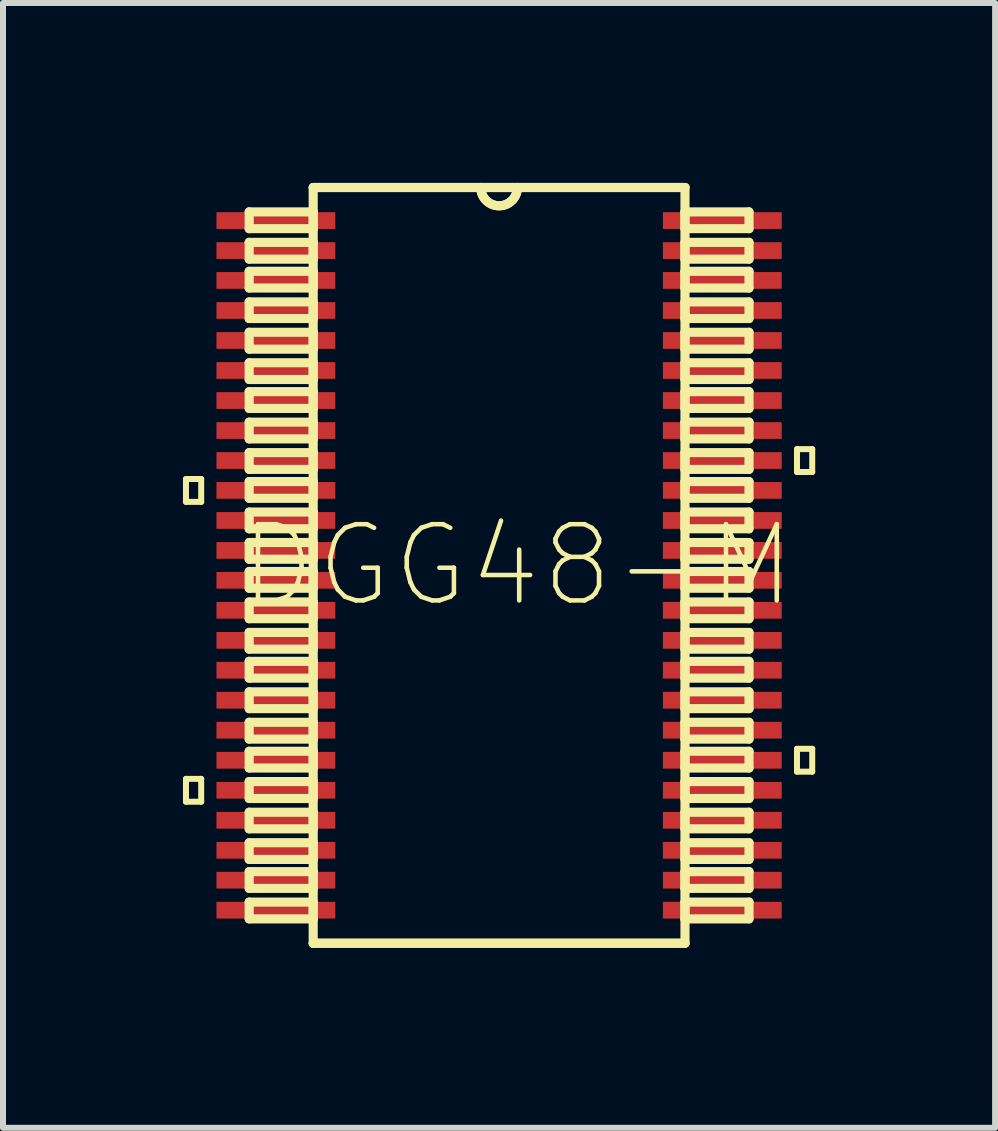
<source format=kicad_pcb>
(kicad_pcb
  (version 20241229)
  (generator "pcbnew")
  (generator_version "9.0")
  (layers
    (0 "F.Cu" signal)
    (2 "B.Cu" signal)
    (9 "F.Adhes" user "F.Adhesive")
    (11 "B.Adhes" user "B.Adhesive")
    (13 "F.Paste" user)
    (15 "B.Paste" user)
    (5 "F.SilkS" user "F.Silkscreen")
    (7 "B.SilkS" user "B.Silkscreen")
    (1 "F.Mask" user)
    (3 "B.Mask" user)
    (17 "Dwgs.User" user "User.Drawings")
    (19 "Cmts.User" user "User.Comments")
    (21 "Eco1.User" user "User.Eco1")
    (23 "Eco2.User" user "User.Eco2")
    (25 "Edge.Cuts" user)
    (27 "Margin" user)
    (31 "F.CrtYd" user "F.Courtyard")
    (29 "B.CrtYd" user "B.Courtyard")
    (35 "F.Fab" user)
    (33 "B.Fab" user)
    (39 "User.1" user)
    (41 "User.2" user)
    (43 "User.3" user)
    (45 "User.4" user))
  (footprint "DGG48-M"
    (layer "F.Cu")
    (at 5.27 6.375)
    (property "Reference" "DGG48-M" (at 0.305 0 0) (layer "F.SilkS") (effects (font (size 1.27 1.27) (thickness 0.076))))
    (attr smd)
    (fp_line (start -5.22 -1.44) (end -5.22 -1.059) (stroke (width 0.1) (type solid)) (layer "F.SilkS"))
    (fp_line (start -5.22 -1.059) (end -4.966 -1.059) (stroke (width 0.1) (type solid)) (layer "F.SilkS"))
    (fp_line (start -5.22 3.559) (end -5.22 3.94) (stroke (width 0.1) (type solid)) (layer "F.SilkS"))
    (fp_line (start -5.22 3.94) (end -4.966 3.94) (stroke (width 0.1) (type solid)) (layer "F.SilkS"))
    (fp_line (start -4.966 -1.44) (end -5.22 -1.44) (stroke (width 0.1) (type solid)) (layer "F.SilkS"))
    (fp_line (start -4.966 -1.059) (end -4.966 -1.44) (stroke (width 0.1) (type solid)) (layer "F.SilkS"))
    (fp_line (start -4.966 3.559) (end -5.22 3.559) (stroke (width 0.1) (type solid)) (layer "F.SilkS"))
    (fp_line (start -4.966 3.94) (end -4.966 3.559) (stroke (width 0.1) (type solid)) (layer "F.SilkS"))
    (fp_line (start -4.166 -5.893) (end -4.166 -5.613) (stroke (width 0.152) (type solid)) (layer "F.SilkS"))
    (fp_line (start -4.166 -5.613) (end -3.099 -5.613) (stroke (width 0.152) (type solid)) (layer "F.SilkS"))
    (fp_line (start -4.166 -5.385) (end -4.166 -5.105) (stroke (width 0.152) (type solid)) (layer "F.SilkS"))
    (fp_line (start -4.166 -5.105) (end -3.099 -5.105) (stroke (width 0.152) (type solid)) (layer "F.SilkS"))
    (fp_line (start -4.166 -4.902) (end -4.166 -4.623) (stroke (width 0.152) (type solid)) (layer "F.SilkS"))
    (fp_line (start -4.166 -4.623) (end -3.099 -4.623) (stroke (width 0.152) (type solid)) (layer "F.SilkS"))
    (fp_line (start -4.166 -4.392) (end -4.166 -4.115) (stroke (width 0.152) (type solid)) (layer "F.SilkS"))
    (fp_line (start -4.166 -4.115) (end -3.099 -4.115) (stroke (width 0.152) (type solid)) (layer "F.SilkS"))
    (fp_line (start -4.166 -3.886) (end -4.166 -3.604) (stroke (width 0.152) (type solid)) (layer "F.SilkS"))
    (fp_line (start -4.166 -3.604) (end -3.099 -3.604) (stroke (width 0.152) (type solid)) (layer "F.SilkS"))
    (fp_line (start -4.166 -3.378) (end -4.166 -3.099) (stroke (width 0.152) (type solid)) (layer "F.SilkS"))
    (fp_line (start -4.166 -3.099) (end -3.099 -3.099) (stroke (width 0.152) (type solid)) (layer "F.SilkS"))
    (fp_line (start -4.166 -2.896) (end -4.166 -2.616) (stroke (width 0.152) (type solid)) (layer "F.SilkS"))
    (fp_line (start -4.166 -2.616) (end -3.099 -2.616) (stroke (width 0.152) (type solid)) (layer "F.SilkS"))
    (fp_line (start -4.166 -2.388) (end -4.166 -2.108) (stroke (width 0.152) (type solid)) (layer "F.SilkS"))
    (fp_line (start -4.166 -2.108) (end -3.099 -2.108) (stroke (width 0.152) (type solid)) (layer "F.SilkS"))
    (fp_line (start -4.166 -1.88) (end -4.166 -1.6) (stroke (width 0.152) (type solid)) (layer "F.SilkS"))
    (fp_line (start -4.166 -1.6) (end -3.099 -1.6) (stroke (width 0.152) (type solid)) (layer "F.SilkS"))
    (fp_line (start -4.166 -1.397) (end -4.166 -1.118) (stroke (width 0.152) (type solid)) (layer "F.SilkS"))
    (fp_line (start -4.166 -1.118) (end -3.099 -1.118) (stroke (width 0.152) (type solid)) (layer "F.SilkS"))
    (fp_line (start -4.166 -0.889) (end -4.166 -0.61) (stroke (width 0.152) (type solid)) (layer "F.SilkS"))
    (fp_line (start -4.166 -0.61) (end -3.099 -0.61) (stroke (width 0.152) (type solid)) (layer "F.SilkS"))
    (fp_line (start -4.166 -0.381) (end -4.166 -0.102) (stroke (width 0.152) (type solid)) (layer "F.SilkS"))
    (fp_line (start -4.166 -0.102) (end -3.099 -0.102) (stroke (width 0.152) (type solid)) (layer "F.SilkS"))
    (fp_line (start -4.166 0.102) (end -4.166 0.381) (stroke (width 0.152) (type solid)) (layer "F.SilkS"))
    (fp_line (start -4.166 0.381) (end -3.099 0.381) (stroke (width 0.152) (type solid)) (layer "F.SilkS"))
    (fp_line (start -4.166 0.61) (end -4.166 0.889) (stroke (width 0.152) (type solid)) (layer "F.SilkS"))
    (fp_line (start -4.166 0.889) (end -3.099 0.889) (stroke (width 0.152) (type solid)) (layer "F.SilkS"))
    (fp_line (start -4.166 1.118) (end -4.166 1.397) (stroke (width 0.152) (type solid)) (layer "F.SilkS"))
    (fp_line (start -4.166 1.397) (end -3.099 1.397) (stroke (width 0.152) (type solid)) (layer "F.SilkS"))
    (fp_line (start -4.166 1.6) (end -4.166 1.88) (stroke (width 0.152) (type solid)) (layer "F.SilkS"))
    (fp_line (start -4.166 1.88) (end -3.099 1.88) (stroke (width 0.152) (type solid)) (layer "F.SilkS"))
    (fp_line (start -4.166 2.108) (end -4.166 2.388) (stroke (width 0.152) (type solid)) (layer "F.SilkS"))
    (fp_line (start -4.166 2.388) (end -3.099 2.388) (stroke (width 0.152) (type solid)) (layer "F.SilkS"))
    (fp_line (start -4.166 2.616) (end -4.166 2.896) (stroke (width 0.152) (type solid)) (layer "F.SilkS"))
    (fp_line (start -4.166 2.896) (end -3.099 2.896) (stroke (width 0.152) (type solid)) (layer "F.SilkS"))
    (fp_line (start -4.166 3.099) (end -4.166 3.378) (stroke (width 0.152) (type solid)) (layer "F.SilkS"))
    (fp_line (start -4.166 3.378) (end -3.099 3.378) (stroke (width 0.152) (type solid)) (layer "F.SilkS"))
    (fp_line (start -4.166 3.604) (end -4.166 3.886) (stroke (width 0.152) (type solid)) (layer "F.SilkS"))
    (fp_line (start -4.166 3.886) (end -3.099 3.886) (stroke (width 0.152) (type solid)) (layer "F.SilkS"))
    (fp_line (start -4.166 4.115) (end -4.166 4.392) (stroke (width 0.152) (type solid)) (layer "F.SilkS"))
    (fp_line (start -4.166 4.392) (end -3.099 4.392) (stroke (width 0.152) (type solid)) (layer "F.SilkS"))
    (fp_line (start -4.166 4.623) (end -4.166 4.902) (stroke (width 0.152) (type solid)) (layer "F.SilkS"))
    (fp_line (start -4.166 4.902) (end -3.099 4.902) (stroke (width 0.152) (type solid)) (layer "F.SilkS"))
    (fp_line (start -4.166 5.105) (end -4.166 5.385) (stroke (width 0.152) (type solid)) (layer "F.SilkS"))
    (fp_line (start -4.166 5.385) (end -3.099 5.385) (stroke (width 0.152) (type solid)) (layer "F.SilkS"))
    (fp_line (start -4.166 5.613) (end -4.166 5.893) (stroke (width 0.152) (type solid)) (layer "F.SilkS"))
    (fp_line (start -4.166 5.893) (end -3.099 5.893) (stroke (width 0.152) (type solid)) (layer "F.SilkS"))
    (fp_line (start -3.099 -6.299) (end -3.099 6.299) (stroke (width 0.152) (type solid)) (layer "F.SilkS"))
    (fp_line (start -3.099 -5.893) (end -4.166 -5.893) (stroke (width 0.152) (type solid)) (layer "F.SilkS"))
    (fp_line (start -3.099 -5.613) (end -3.099 -5.893) (stroke (width 0.152) (type solid)) (layer "F.SilkS"))
    (fp_line (start -3.099 -5.385) (end -4.166 -5.385) (stroke (width 0.152) (type solid)) (layer "F.SilkS"))
    (fp_line (start -3.099 -5.105) (end -3.099 -5.385) (stroke (width 0.152) (type solid)) (layer "F.SilkS"))
    (fp_line (start -3.099 -4.902) (end -4.166 -4.902) (stroke (width 0.152) (type solid)) (layer "F.SilkS"))
    (fp_line (start -3.099 -4.623) (end -3.099 -4.902) (stroke (width 0.152) (type solid)) (layer "F.SilkS"))
    (fp_line (start -3.099 -4.392) (end -4.166 -4.392) (stroke (width 0.152) (type solid)) (layer "F.SilkS"))
    (fp_line (start -3.099 -4.115) (end -3.099 -4.392) (stroke (width 0.152) (type solid)) (layer "F.SilkS"))
    (fp_line (start -3.099 -3.886) (end -4.166 -3.886) (stroke (width 0.152) (type solid)) (layer "F.SilkS"))
    (fp_line (start -3.099 -3.604) (end -3.099 -3.886) (stroke (width 0.152) (type solid)) (layer "F.SilkS"))
    (fp_line (start -3.099 -3.378) (end -4.166 -3.378) (stroke (width 0.152) (type solid)) (layer "F.SilkS"))
    (fp_line (start -3.099 -3.099) (end -3.099 -3.378) (stroke (width 0.152) (type solid)) (layer "F.SilkS"))
    (fp_line (start -3.099 -2.896) (end -4.166 -2.896) (stroke (width 0.152) (type solid)) (layer "F.SilkS"))
    (fp_line (start -3.099 -2.616) (end -3.099 -2.896) (stroke (width 0.152) (type solid)) (layer "F.SilkS"))
    (fp_line (start -3.099 -2.388) (end -4.166 -2.388) (stroke (width 0.152) (type solid)) (layer "F.SilkS"))
    (fp_line (start -3.099 -2.108) (end -3.099 -2.388) (stroke (width 0.152) (type solid)) (layer "F.SilkS"))
    (fp_line (start -3.099 -1.88) (end -4.166 -1.88) (stroke (width 0.152) (type solid)) (layer "F.SilkS"))
    (fp_line (start -3.099 -1.6) (end -3.099 -1.88) (stroke (width 0.152) (type solid)) (layer "F.SilkS"))
    (fp_line (start -3.099 -1.397) (end -4.166 -1.397) (stroke (width 0.152) (type solid)) (layer "F.SilkS"))
    (fp_line (start -3.099 -1.118) (end -3.099 -1.397) (stroke (width 0.152) (type solid)) (layer "F.SilkS"))
    (fp_line (start -3.099 -0.889) (end -4.166 -0.889) (stroke (width 0.152) (type solid)) (layer "F.SilkS"))
    (fp_line (start -3.099 -0.61) (end -3.099 -0.889) (stroke (width 0.152) (type solid)) (layer "F.SilkS"))
    (fp_line (start -3.099 -0.381) (end -4.166 -0.381) (stroke (width 0.152) (type solid)) (layer "F.SilkS"))
    (fp_line (start -3.099 -0.102) (end -3.099 -0.381) (stroke (width 0.152) (type solid)) (layer "F.SilkS"))
    (fp_line (start -3.099 0.102) (end -4.166 0.102) (stroke (width 0.152) (type solid)) (layer "F.SilkS"))
    (fp_line (start -3.099 0.381) (end -3.099 0.102) (stroke (width 0.152) (type solid)) (layer "F.SilkS"))
    (fp_line (start -3.099 0.61) (end -4.166 0.61) (stroke (width 0.152) (type solid)) (layer "F.SilkS"))
    (fp_line (start -3.099 0.889) (end -3.099 0.61) (stroke (width 0.152) (type solid)) (layer "F.SilkS"))
    (fp_line (start -3.099 1.118) (end -4.166 1.118) (stroke (width 0.152) (type solid)) (layer "F.SilkS"))
    (fp_line (start -3.099 1.397) (end -3.099 1.118) (stroke (width 0.152) (type solid)) (layer "F.SilkS"))
    (fp_line (start -3.099 1.6) (end -4.166 1.6) (stroke (width 0.152) (type solid)) (layer "F.SilkS"))
    (fp_line (start -3.099 1.88) (end -3.099 1.6) (stroke (width 0.152) (type solid)) (layer "F.SilkS"))
    (fp_line (start -3.099 2.108) (end -4.166 2.108) (stroke (width 0.152) (type solid)) (layer "F.SilkS"))
    (fp_line (start -3.099 2.388) (end -3.099 2.108) (stroke (width 0.152) (type solid)) (layer "F.SilkS"))
    (fp_line (start -3.099 2.616) (end -4.166 2.616) (stroke (width 0.152) (type solid)) (layer "F.SilkS"))
    (fp_line (start -3.099 2.896) (end -3.099 2.616) (stroke (width 0.152) (type solid)) (layer "F.SilkS"))
    (fp_line (start -3.099 3.099) (end -4.166 3.099) (stroke (width 0.152) (type solid)) (layer "F.SilkS"))
    (fp_line (start -3.099 3.378) (end -3.099 3.099) (stroke (width 0.152) (type solid)) (layer "F.SilkS"))
    (fp_line (start -3.099 3.604) (end -4.166 3.604) (stroke (width 0.152) (type solid)) (layer "F.SilkS"))
    (fp_line (start -3.099 3.886) (end -3.099 3.604) (stroke (width 0.152) (type solid)) (layer "F.SilkS"))
    (fp_line (start -3.099 4.115) (end -4.166 4.115) (stroke (width 0.152) (type solid)) (layer "F.SilkS"))
    (fp_line (start -3.099 4.392) (end -3.099 4.115) (stroke (width 0.152) (type solid)) (layer "F.SilkS"))
    (fp_line (start -3.099 4.623) (end -4.166 4.623) (stroke (width 0.152) (type solid)) (layer "F.SilkS"))
    (fp_line (start -3.099 4.902) (end -3.099 4.623) (stroke (width 0.152) (type solid)) (layer "F.SilkS"))
    (fp_line (start -3.099 5.105) (end -4.166 5.105) (stroke (width 0.152) (type solid)) (layer "F.SilkS"))
    (fp_line (start -3.099 5.385) (end -3.099 5.105) (stroke (width 0.152) (type solid)) (layer "F.SilkS"))
    (fp_line (start -3.099 5.613) (end -4.166 5.613) (stroke (width 0.152) (type solid)) (layer "F.SilkS"))
    (fp_line (start -3.099 5.893) (end -3.099 5.613) (stroke (width 0.152) (type solid)) (layer "F.SilkS"))
    (fp_line (start -3.099 6.299) (end 3.099 6.299) (stroke (width 0.152) (type solid)) (layer "F.SilkS"))
    (fp_line (start -3.099 6.299) (end 3.099 6.299) (stroke (width 0.152) (type solid)) (layer "F.SilkS"))
    (fp_line (start -0.305 -6.299) (end -3.099 -6.299) (stroke (width 0.152) (type solid)) (layer "F.SilkS"))
    (fp_line (start -0.305 -6.299) (end -3.099 -6.299) (stroke (width 0.152) (type solid)) (layer "F.SilkS"))
    (fp_line (start 0.305 -6.299) (end -0.305 -6.299) (stroke (width 0.152) (type solid)) (layer "F.SilkS"))
    (fp_line (start 0.305 -6.299) (end -0.305 -6.299) (stroke (width 0.152) (type solid)) (layer "F.SilkS"))
    (fp_line (start 3.099 -6.299) (end 0.305 -6.299) (stroke (width 0.152) (type solid)) (layer "F.SilkS"))
    (fp_line (start 3.099 -6.299) (end 0.305 -6.299) (stroke (width 0.152) (type solid)) (layer "F.SilkS"))
    (fp_line (start 3.099 -5.893) (end 3.099 -5.613) (stroke (width 0.152) (type solid)) (layer "F.SilkS"))
    (fp_line (start 3.099 -5.613) (end 4.166 -5.613) (stroke (width 0.152) (type solid)) (layer "F.SilkS"))
    (fp_line (start 3.099 -5.385) (end 3.099 -5.105) (stroke (width 0.152) (type solid)) (layer "F.SilkS"))
    (fp_line (start 3.099 -5.105) (end 4.166 -5.105) (stroke (width 0.152) (type solid)) (layer "F.SilkS"))
    (fp_line (start 3.099 -4.902) (end 3.099 -4.623) (stroke (width 0.152) (type solid)) (layer "F.SilkS"))
    (fp_line (start 3.099 -4.623) (end 4.166 -4.623) (stroke (width 0.152) (type solid)) (layer "F.SilkS"))
    (fp_line (start 3.099 -4.392) (end 3.099 -4.115) (stroke (width 0.152) (type solid)) (layer "F.SilkS"))
    (fp_line (start 3.099 -4.115) (end 4.166 -4.115) (stroke (width 0.152) (type solid)) (layer "F.SilkS"))
    (fp_line (start 3.099 -3.886) (end 3.099 -3.604) (stroke (width 0.152) (type solid)) (layer "F.SilkS"))
    (fp_line (start 3.099 -3.604) (end 4.166 -3.604) (stroke (width 0.152) (type solid)) (layer "F.SilkS"))
    (fp_line (start 3.099 -3.378) (end 3.099 -3.099) (stroke (width 0.152) (type solid)) (layer "F.SilkS"))
    (fp_line (start 3.099 -3.099) (end 4.166 -3.099) (stroke (width 0.152) (type solid)) (layer "F.SilkS"))
    (fp_line (start 3.099 -2.896) (end 3.099 -2.616) (stroke (width 0.152) (type solid)) (layer "F.SilkS"))
    (fp_line (start 3.099 -2.616) (end 4.166 -2.616) (stroke (width 0.152) (type solid)) (layer "F.SilkS"))
    (fp_line (start 3.099 -2.388) (end 3.099 -2.108) (stroke (width 0.152) (type solid)) (layer "F.SilkS"))
    (fp_line (start 3.099 -2.108) (end 4.166 -2.108) (stroke (width 0.152) (type solid)) (layer "F.SilkS"))
    (fp_line (start 3.099 -1.88) (end 3.099 -1.6) (stroke (width 0.152) (type solid)) (layer "F.SilkS"))
    (fp_line (start 3.099 -1.6) (end 4.166 -1.6) (stroke (width 0.152) (type solid)) (layer "F.SilkS"))
    (fp_line (start 3.099 -1.397) (end 3.099 -1.118) (stroke (width 0.152) (type solid)) (layer "F.SilkS"))
    (fp_line (start 3.099 -1.118) (end 4.166 -1.118) (stroke (width 0.152) (type solid)) (layer "F.SilkS"))
    (fp_line (start 3.099 -0.889) (end 3.099 -0.61) (stroke (width 0.152) (type solid)) (layer "F.SilkS"))
    (fp_line (start 3.099 -0.61) (end 4.166 -0.61) (stroke (width 0.152) (type solid)) (layer "F.SilkS"))
    (fp_line (start 3.099 -0.381) (end 3.099 -0.102) (stroke (width 0.152) (type solid)) (layer "F.SilkS"))
    (fp_line (start 3.099 -0.102) (end 4.166 -0.102) (stroke (width 0.152) (type solid)) (layer "F.SilkS"))
    (fp_line (start 3.099 0.102) (end 3.099 0.381) (stroke (width 0.152) (type solid)) (layer "F.SilkS"))
    (fp_line (start 3.099 0.381) (end 4.166 0.381) (stroke (width 0.152) (type solid)) (layer "F.SilkS"))
    (fp_line (start 3.099 0.61) (end 3.099 0.889) (stroke (width 0.152) (type solid)) (layer "F.SilkS"))
    (fp_line (start 3.099 0.889) (end 4.166 0.889) (stroke (width 0.152) (type solid)) (layer "F.SilkS"))
    (fp_line (start 3.099 1.118) (end 3.099 1.397) (stroke (width 0.152) (type solid)) (layer "F.SilkS"))
    (fp_line (start 3.099 1.397) (end 4.166 1.397) (stroke (width 0.152) (type solid)) (layer "F.SilkS"))
    (fp_line (start 3.099 1.6) (end 3.099 1.88) (stroke (width 0.152) (type solid)) (layer "F.SilkS"))
    (fp_line (start 3.099 1.88) (end 4.166 1.88) (stroke (width 0.152) (type solid)) (layer "F.SilkS"))
    (fp_line (start 3.099 2.108) (end 3.099 2.388) (stroke (width 0.152) (type solid)) (layer "F.SilkS"))
    (fp_line (start 3.099 2.388) (end 4.166 2.388) (stroke (width 0.152) (type solid)) (layer "F.SilkS"))
    (fp_line (start 3.099 2.616) (end 3.099 2.896) (stroke (width 0.152) (type solid)) (layer "F.SilkS"))
    (fp_line (start 3.099 2.896) (end 4.166 2.896) (stroke (width 0.152) (type solid)) (layer "F.SilkS"))
    (fp_line (start 3.099 3.099) (end 3.099 3.378) (stroke (width 0.152) (type solid)) (layer "F.SilkS"))
    (fp_line (start 3.099 3.378) (end 4.166 3.378) (stroke (width 0.152) (type solid)) (layer "F.SilkS"))
    (fp_line (start 3.099 3.604) (end 3.099 3.886) (stroke (width 0.152) (type solid)) (layer "F.SilkS"))
    (fp_line (start 3.099 3.886) (end 4.166 3.886) (stroke (width 0.152) (type solid)) (layer "F.SilkS"))
    (fp_line (start 3.099 4.115) (end 3.099 4.392) (stroke (width 0.152) (type solid)) (layer "F.SilkS"))
    (fp_line (start 3.099 4.392) (end 4.166 4.392) (stroke (width 0.152) (type solid)) (layer "F.SilkS"))
    (fp_line (start 3.099 4.623) (end 3.099 4.902) (stroke (width 0.152) (type solid)) (layer "F.SilkS"))
    (fp_line (start 3.099 4.902) (end 4.166 4.902) (stroke (width 0.152) (type solid)) (layer "F.SilkS"))
    (fp_line (start 3.099 5.105) (end 3.099 5.385) (stroke (width 0.152) (type solid)) (layer "F.SilkS"))
    (fp_line (start 3.099 5.385) (end 4.166 5.385) (stroke (width 0.152) (type solid)) (layer "F.SilkS"))
    (fp_line (start 3.099 5.613) (end 3.099 5.893) (stroke (width 0.152) (type solid)) (layer "F.SilkS"))
    (fp_line (start 3.099 5.893) (end 4.166 5.893) (stroke (width 0.152) (type solid)) (layer "F.SilkS"))
    (fp_line (start 3.099 6.299) (end 3.099 -6.299) (stroke (width 0.152) (type solid)) (layer "F.SilkS"))
    (fp_line (start 4.166 -5.893) (end 3.099 -5.893) (stroke (width 0.152) (type solid)) (layer "F.SilkS"))
    (fp_line (start 4.166 -5.613) (end 4.166 -5.893) (stroke (width 0.152) (type solid)) (layer "F.SilkS"))
    (fp_line (start 4.166 -5.385) (end 3.099 -5.385) (stroke (width 0.152) (type solid)) (layer "F.SilkS"))
    (fp_line (start 4.166 -5.105) (end 4.166 -5.385) (stroke (width 0.152) (type solid)) (layer "F.SilkS"))
    (fp_line (start 4.166 -4.902) (end 3.099 -4.902) (stroke (width 0.152) (type solid)) (layer "F.SilkS"))
    (fp_line (start 4.166 -4.623) (end 4.166 -4.902) (stroke (width 0.152) (type solid)) (layer "F.SilkS"))
    (fp_line (start 4.166 -4.392) (end 3.099 -4.392) (stroke (width 0.152) (type solid)) (layer "F.SilkS"))
    (fp_line (start 4.166 -4.115) (end 4.166 -4.392) (stroke (width 0.152) (type solid)) (layer "F.SilkS"))
    (fp_line (start 4.166 -3.886) (end 3.099 -3.886) (stroke (width 0.152) (type solid)) (layer "F.SilkS"))
    (fp_line (start 4.166 -3.604) (end 4.166 -3.886) (stroke (width 0.152) (type solid)) (layer "F.SilkS"))
    (fp_line (start 4.166 -3.378) (end 3.099 -3.378) (stroke (width 0.152) (type solid)) (layer "F.SilkS"))
    (fp_line (start 4.166 -3.099) (end 4.166 -3.378) (stroke (width 0.152) (type solid)) (layer "F.SilkS"))
    (fp_line (start 4.166 -2.896) (end 3.099 -2.896) (stroke (width 0.152) (type solid)) (layer "F.SilkS"))
    (fp_line (start 4.166 -2.616) (end 4.166 -2.896) (stroke (width 0.152) (type solid)) (layer "F.SilkS"))
    (fp_line (start 4.166 -2.388) (end 3.099 -2.388) (stroke (width 0.152) (type solid)) (layer "F.SilkS"))
    (fp_line (start 4.166 -2.108) (end 4.166 -2.388) (stroke (width 0.152) (type solid)) (layer "F.SilkS"))
    (fp_line (start 4.166 -1.88) (end 3.099 -1.88) (stroke (width 0.152) (type solid)) (layer "F.SilkS"))
    (fp_line (start 4.166 -1.6) (end 4.166 -1.88) (stroke (width 0.152) (type solid)) (layer "F.SilkS"))
    (fp_line (start 4.166 -1.397) (end 3.099 -1.397) (stroke (width 0.152) (type solid)) (layer "F.SilkS"))
    (fp_line (start 4.166 -1.118) (end 4.166 -1.397) (stroke (width 0.152) (type solid)) (layer "F.SilkS"))
    (fp_line (start 4.166 -0.889) (end 3.099 -0.889) (stroke (width 0.152) (type solid)) (layer "F.SilkS"))
    (fp_line (start 4.166 -0.61) (end 4.166 -0.889) (stroke (width 0.152) (type solid)) (layer "F.SilkS"))
    (fp_line (start 4.166 -0.381) (end 3.099 -0.381) (stroke (width 0.152) (type solid)) (layer "F.SilkS"))
    (fp_line (start 4.166 -0.102) (end 4.166 -0.381) (stroke (width 0.152) (type solid)) (layer "F.SilkS"))
    (fp_line (start 4.166 0.102) (end 3.099 0.102) (stroke (width 0.152) (type solid)) (layer "F.SilkS"))
    (fp_line (start 4.166 0.381) (end 4.166 0.102) (stroke (width 0.152) (type solid)) (layer "F.SilkS"))
    (fp_line (start 4.166 0.61) (end 3.099 0.61) (stroke (width 0.152) (type solid)) (layer "F.SilkS"))
    (fp_line (start 4.166 0.889) (end 4.166 0.61) (stroke (width 0.152) (type solid)) (layer "F.SilkS"))
    (fp_line (start 4.166 1.118) (end 3.099 1.118) (stroke (width 0.152) (type solid)) (layer "F.SilkS"))
    (fp_line (start 4.166 1.397) (end 4.166 1.118) (stroke (width 0.152) (type solid)) (layer "F.SilkS"))
    (fp_line (start 4.166 1.6) (end 3.099 1.6) (stroke (width 0.152) (type solid)) (layer "F.SilkS"))
    (fp_line (start 4.166 1.88) (end 4.166 1.6) (stroke (width 0.152) (type solid)) (layer "F.SilkS"))
    (fp_line (start 4.166 2.108) (end 3.099 2.108) (stroke (width 0.152) (type solid)) (layer "F.SilkS"))
    (fp_line (start 4.166 2.388) (end 4.166 2.108) (stroke (width 0.152) (type solid)) (layer "F.SilkS"))
    (fp_line (start 4.166 2.616) (end 3.099 2.616) (stroke (width 0.152) (type solid)) (layer "F.SilkS"))
    (fp_line (start 4.166 2.896) (end 4.166 2.616) (stroke (width 0.152) (type solid)) (layer "F.SilkS"))
    (fp_line (start 4.166 3.099) (end 3.099 3.099) (stroke (width 0.152) (type solid)) (layer "F.SilkS"))
    (fp_line (start 4.166 3.378) (end 4.166 3.099) (stroke (width 0.152) (type solid)) (layer "F.SilkS"))
    (fp_line (start 4.166 3.604) (end 3.099 3.604) (stroke (width 0.152) (type solid)) (layer "F.SilkS"))
    (fp_line (start 4.166 3.886) (end 4.166 3.604) (stroke (width 0.152) (type solid)) (layer "F.SilkS"))
    (fp_line (start 4.166 4.115) (end 3.099 4.115) (stroke (width 0.152) (type solid)) (layer "F.SilkS"))
    (fp_line (start 4.166 4.392) (end 4.166 4.115) (stroke (width 0.152) (type solid)) (layer "F.SilkS"))
    (fp_line (start 4.166 4.623) (end 3.099 4.623) (stroke (width 0.152) (type solid)) (layer "F.SilkS"))
    (fp_line (start 4.166 4.902) (end 4.166 4.623) (stroke (width 0.152) (type solid)) (layer "F.SilkS"))
    (fp_line (start 4.166 5.105) (end 3.099 5.105) (stroke (width 0.152) (type solid)) (layer "F.SilkS"))
    (fp_line (start 4.166 5.385) (end 4.166 5.105) (stroke (width 0.152) (type solid)) (layer "F.SilkS"))
    (fp_line (start 4.166 5.613) (end 3.099 5.613) (stroke (width 0.152) (type solid)) (layer "F.SilkS"))
    (fp_line (start 4.166 5.893) (end 4.166 5.613) (stroke (width 0.152) (type solid)) (layer "F.SilkS"))
    (fp_line (start 4.966 -1.938) (end 5.22 -1.938) (stroke (width 0.1) (type solid)) (layer "F.SilkS"))
    (fp_line (start 4.966 -1.557) (end 4.966 -1.938) (stroke (width 0.1) (type solid)) (layer "F.SilkS"))
    (fp_line (start 4.966 3.058) (end 5.22 3.058) (stroke (width 0.1) (type solid)) (layer "F.SilkS"))
    (fp_line (start 4.966 3.439) (end 4.966 3.058) (stroke (width 0.1) (type solid)) (layer "F.SilkS"))
    (fp_line (start 5.22 -1.938) (end 5.22 -1.557) (stroke (width 0.1) (type solid)) (layer "F.SilkS"))
    (fp_line (start 5.22 -1.557) (end 4.966 -1.557) (stroke (width 0.1) (type solid)) (layer "F.SilkS"))
    (fp_line (start 5.22 3.058) (end 5.22 3.439) (stroke (width 0.1) (type solid)) (layer "F.SilkS"))
    (fp_line (start 5.22 3.439) (end 4.966 3.439) (stroke (width 0.1) (type solid)) (layer "F.SilkS"))
    (fp_arc (start 0.3048 -6.2992) (mid 0 -5.9944) (end -0.3048 -6.2992) (stroke (width 0.1524) (type solid)) (layer "F.SilkS"))
    (fp_arc (start 0.3048 -6.2992) (mid 0 -5.9944) (end -0.3048 -6.2992) (stroke (width 0.1524) (type solid)) (layer "F.SilkS"))
    (pad "1" smd rect (at -3.721 -5.748) (size 1.981 0.279) (layers "F.Cu" "F.Mask" "F.Paste"))
    (pad "2" smd rect (at -3.721 -5.248) (size 1.981 0.279) (layers "F.Cu" "F.Mask" "F.Paste"))
    (pad "3" smd rect (at -3.721 -4.75) (size 1.981 0.279) (layers "F.Cu" "F.Mask" "F.Paste"))
    (pad "4" smd rect (at -3.721 -4.249) (size 1.981 0.279) (layers "F.Cu" "F.Mask" "F.Paste"))
    (pad "5" smd rect (at -3.721 -3.749) (size 1.981 0.279) (layers "F.Cu" "F.Mask" "F.Paste"))
    (pad "6" smd rect (at -3.721 -3.249) (size 1.981 0.279) (layers "F.Cu" "F.Mask" "F.Paste"))
    (pad "7" smd rect (at -3.721 -2.748) (size 1.981 0.279) (layers "F.Cu" "F.Mask" "F.Paste"))
    (pad "8" smd rect (at -3.721 -2.248) (size 1.981 0.279) (layers "F.Cu" "F.Mask" "F.Paste"))
    (pad "9" smd rect (at -3.721 -1.748) (size 1.981 0.279) (layers "F.Cu" "F.Mask" "F.Paste"))
    (pad "10" smd rect (at -3.721 -1.25) (size 1.981 0.279) (layers "F.Cu" "F.Mask" "F.Paste"))
    (pad "11" smd rect (at -3.721 -0.749) (size 1.981 0.279) (layers "F.Cu" "F.Mask" "F.Paste"))
    (pad "12" smd rect (at -3.721 -0.249) (size 1.981 0.279) (layers "F.Cu" "F.Mask" "F.Paste"))
    (pad "13" smd rect (at -3.721 0.249) (size 1.981 0.279) (layers "F.Cu" "F.Mask" "F.Paste"))
    (pad "14" smd rect (at -3.721 0.749) (size 1.981 0.279) (layers "F.Cu" "F.Mask" "F.Paste"))
    (pad "15" smd rect (at -3.721 1.25) (size 1.981 0.279) (layers "F.Cu" "F.Mask" "F.Paste"))
    (pad "16" smd rect (at -3.721 1.748) (size 1.981 0.279) (layers "F.Cu" "F.Mask" "F.Paste"))
    (pad "17" smd rect (at -3.721 2.248) (size 1.981 0.279) (layers "F.Cu" "F.Mask" "F.Paste"))
    (pad "18" smd rect (at -3.721 2.748) (size 1.981 0.279) (layers "F.Cu" "F.Mask" "F.Paste"))
    (pad "19" smd rect (at -3.721 3.249) (size 1.981 0.279) (layers "F.Cu" "F.Mask" "F.Paste"))
    (pad "20" smd rect (at -3.721 3.749) (size 1.981 0.279) (layers "F.Cu" "F.Mask" "F.Paste"))
    (pad "21" smd rect (at -3.721 4.249) (size 1.981 0.279) (layers "F.Cu" "F.Mask" "F.Paste"))
    (pad "22" smd rect (at -3.721 4.75) (size 1.981 0.279) (layers "F.Cu" "F.Mask" "F.Paste"))
    (pad "23" smd rect (at -3.721 5.248) (size 1.981 0.279) (layers "F.Cu" "F.Mask" "F.Paste"))
    (pad "24" smd rect (at -3.721 5.748) (size 1.981 0.279) (layers "F.Cu" "F.Mask" "F.Paste"))
    (pad "25" smd rect (at 3.721 5.748) (size 1.981 0.279) (layers "F.Cu" "F.Mask" "F.Paste"))
    (pad "26" smd rect (at 3.721 5.248) (size 1.981 0.279) (layers "F.Cu" "F.Mask" "F.Paste"))
    (pad "27" smd rect (at 3.721 4.75) (size 1.981 0.279) (layers "F.Cu" "F.Mask" "F.Paste"))
    (pad "28" smd rect (at 3.721 4.249) (size 1.981 0.279) (layers "F.Cu" "F.Mask" "F.Paste"))
    (pad "29" smd rect (at 3.721 3.749) (size 1.981 0.279) (layers "F.Cu" "F.Mask" "F.Paste"))
    (pad "30" smd rect (at 3.721 3.249) (size 1.981 0.279) (layers "F.Cu" "F.Mask" "F.Paste"))
    (pad "31" smd rect (at 3.721 2.748) (size 1.981 0.279) (layers "F.Cu" "F.Mask" "F.Paste"))
    (pad "32" smd rect (at 3.721 2.248) (size 1.981 0.279) (layers "F.Cu" "F.Mask" "F.Paste"))
    (pad "33" smd rect (at 3.721 1.748) (size 1.981 0.279) (layers "F.Cu" "F.Mask" "F.Paste"))
    (pad "34" smd rect (at 3.721 1.25) (size 1.981 0.279) (layers "F.Cu" "F.Mask" "F.Paste"))
    (pad "35" smd rect (at 3.721 0.749) (size 1.981 0.279) (layers "F.Cu" "F.Mask" "F.Paste"))
    (pad "36" smd rect (at 3.721 0.249) (size 1.981 0.279) (layers "F.Cu" "F.Mask" "F.Paste"))
    (pad "37" smd rect (at 3.721 -0.249) (size 1.981 0.279) (layers "F.Cu" "F.Mask" "F.Paste"))
    (pad "38" smd rect (at 3.721 -0.749) (size 1.981 0.279) (layers "F.Cu" "F.Mask" "F.Paste"))
    (pad "39" smd rect (at 3.721 -1.25) (size 1.981 0.279) (layers "F.Cu" "F.Mask" "F.Paste"))
    (pad "40" smd rect (at 3.721 -1.748) (size 1.981 0.279) (layers "F.Cu" "F.Mask" "F.Paste"))
    (pad "41" smd rect (at 3.721 -2.248) (size 1.981 0.279) (layers "F.Cu" "F.Mask" "F.Paste"))
    (pad "42" smd rect (at 3.721 -2.748) (size 1.981 0.279) (layers "F.Cu" "F.Mask" "F.Paste"))
    (pad "43" smd rect (at 3.721 -3.249) (size 1.981 0.279) (layers "F.Cu" "F.Mask" "F.Paste"))
    (pad "44" smd rect (at 3.721 -3.749) (size 1.981 0.279) (layers "F.Cu" "F.Mask" "F.Paste"))
    (pad "45" smd rect (at 3.721 -4.249) (size 1.981 0.279) (layers "F.Cu" "F.Mask" "F.Paste"))
    (pad "46" smd rect (at 3.721 -4.75) (size 1.981 0.279) (layers "F.Cu" "F.Mask" "F.Paste"))
    (pad "47" smd rect (at 3.721 -5.248) (size 1.981 0.279) (layers "F.Cu" "F.Mask" "F.Paste"))
    (pad "48" smd rect (at 3.721 -5.748) (size 1.981 0.279) (layers "F.Cu" "F.Mask" "F.Paste")))
  (gr_rect
    (start -3 -3)
    (end 13.539 15.751)
    (stroke (width 0.1) (type default))
    (fill no)
    (layer "Edge.Cuts")))
</source>
